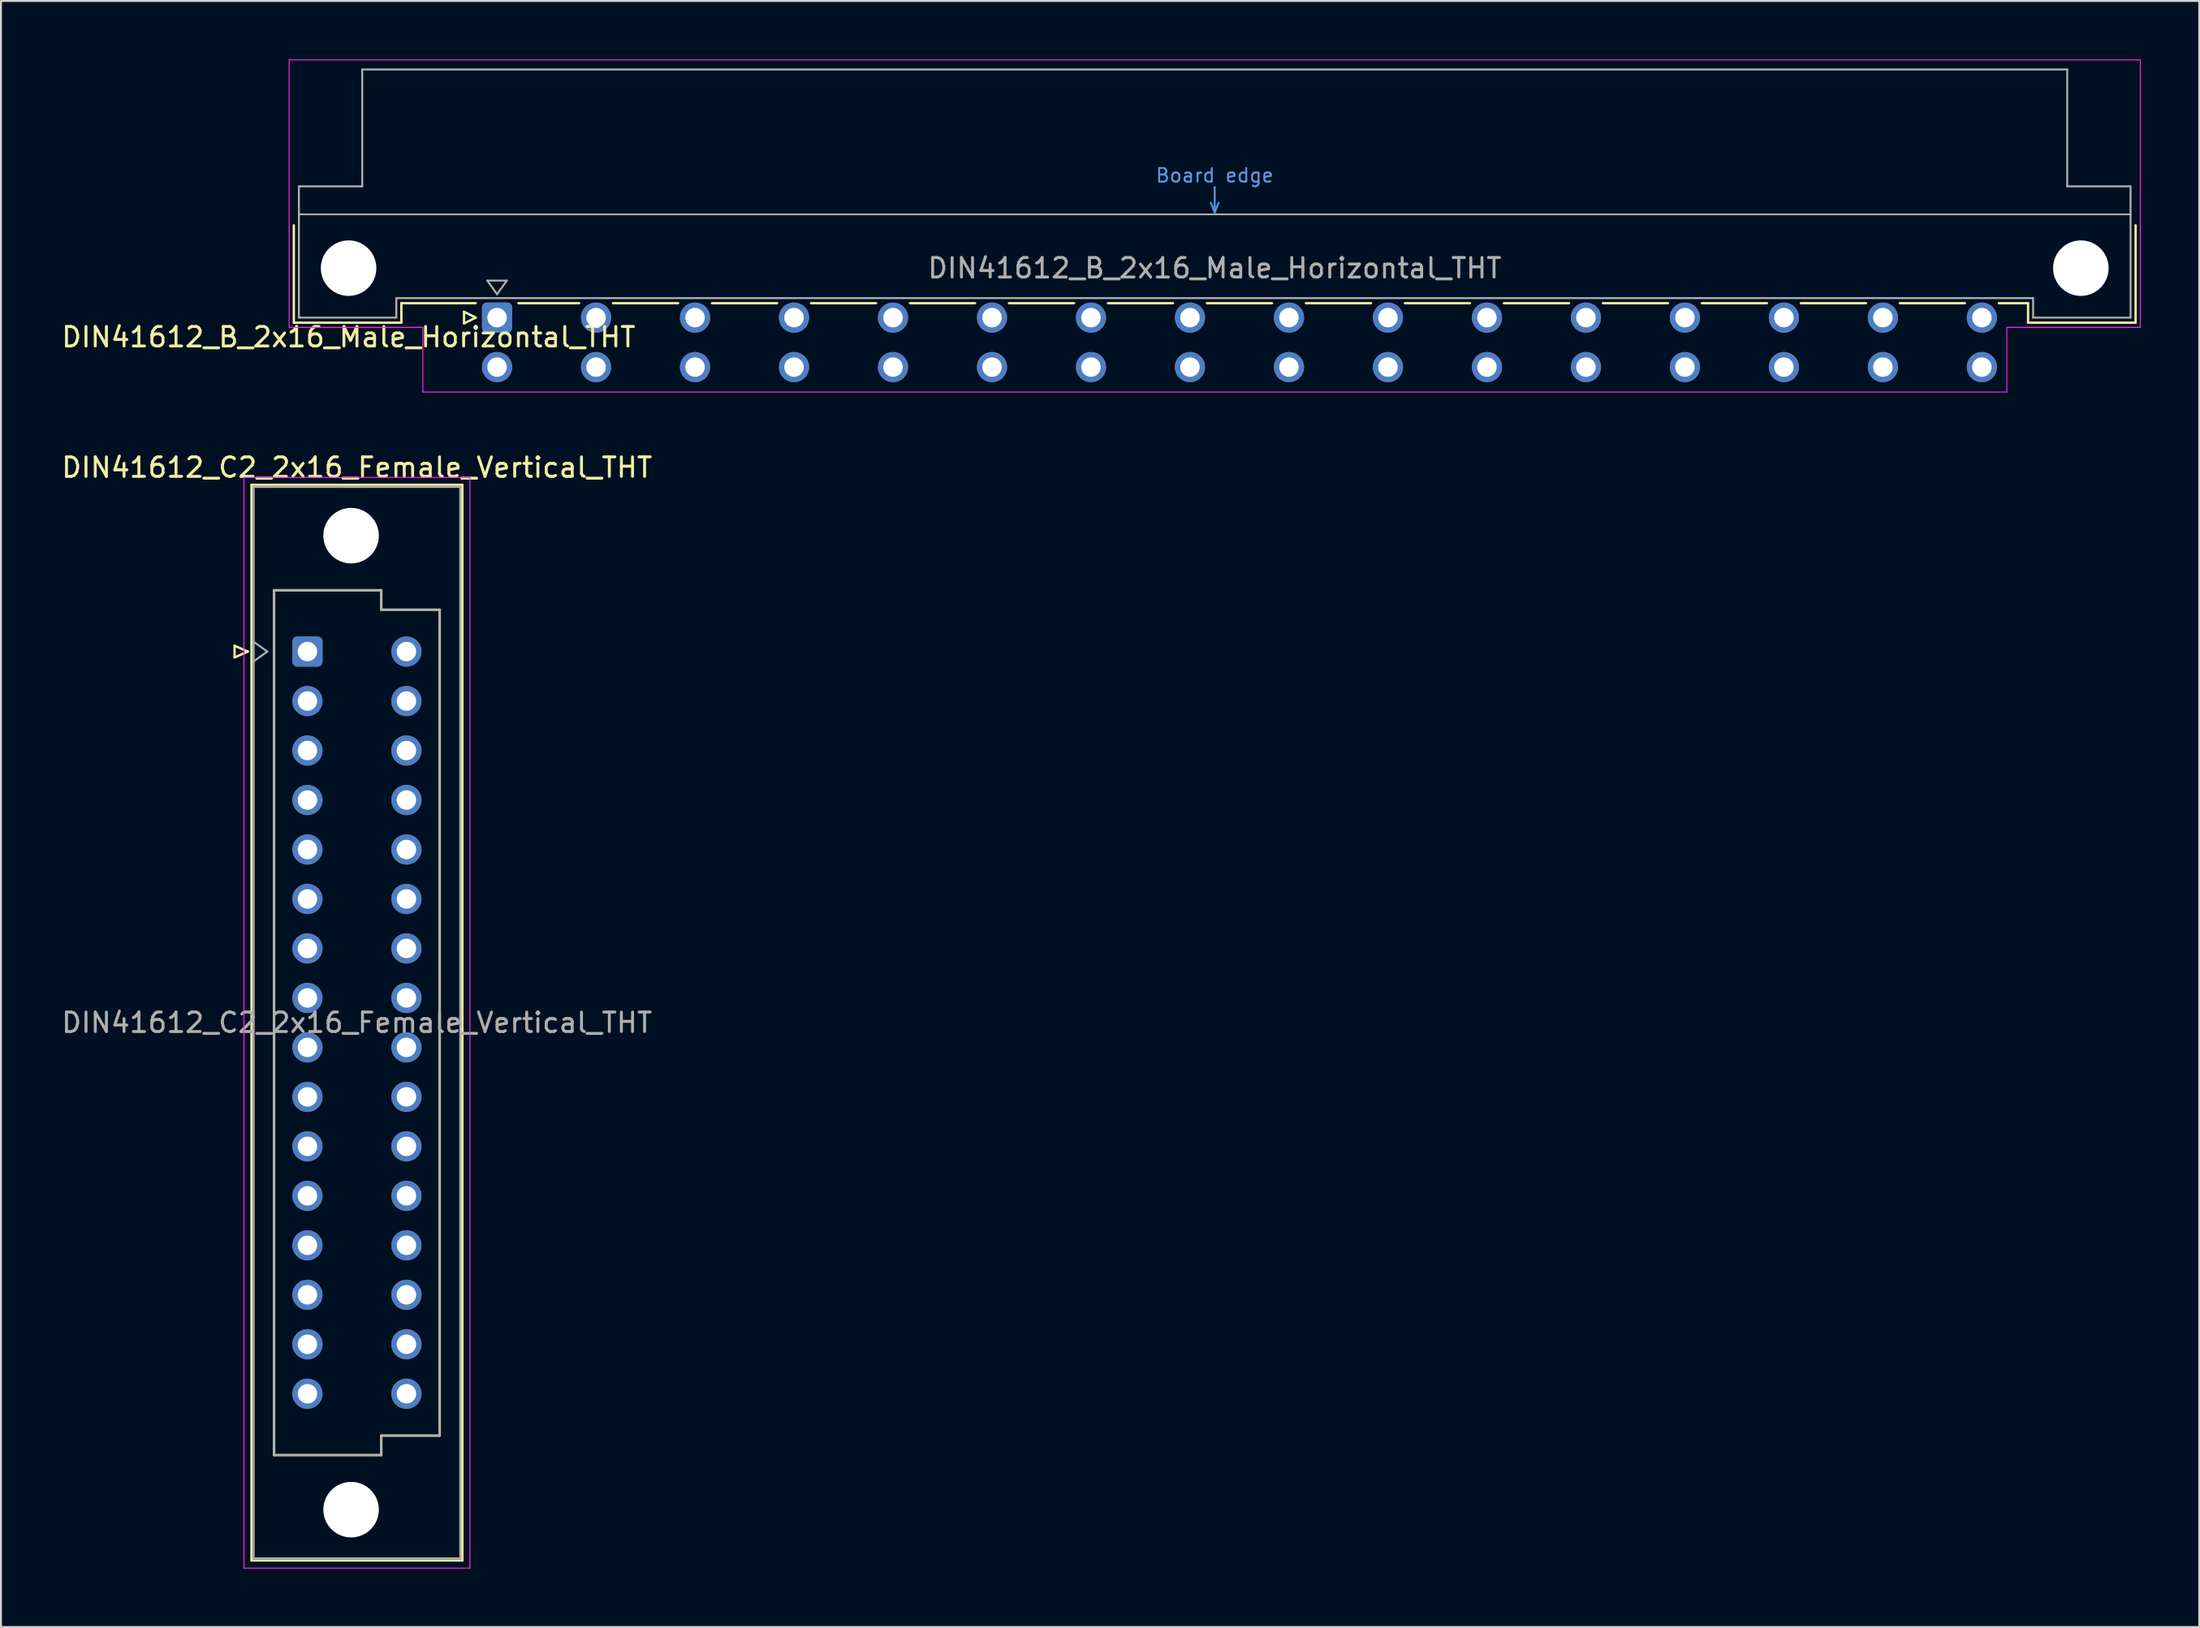
<source format=kicad_pcb>
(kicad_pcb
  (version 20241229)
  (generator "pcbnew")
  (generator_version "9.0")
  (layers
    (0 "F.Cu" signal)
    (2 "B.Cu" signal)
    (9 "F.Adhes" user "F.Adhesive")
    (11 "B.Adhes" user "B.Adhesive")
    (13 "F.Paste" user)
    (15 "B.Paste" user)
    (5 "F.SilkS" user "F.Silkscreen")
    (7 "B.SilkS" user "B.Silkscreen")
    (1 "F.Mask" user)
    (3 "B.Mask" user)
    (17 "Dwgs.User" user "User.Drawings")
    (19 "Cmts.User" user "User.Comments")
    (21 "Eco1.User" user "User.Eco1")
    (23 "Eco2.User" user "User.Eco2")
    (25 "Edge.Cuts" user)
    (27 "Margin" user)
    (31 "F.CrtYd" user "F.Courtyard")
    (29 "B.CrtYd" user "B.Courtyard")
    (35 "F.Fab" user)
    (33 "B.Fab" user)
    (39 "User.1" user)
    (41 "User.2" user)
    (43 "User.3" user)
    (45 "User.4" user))
  (footprint "DIN41612_B_2x16_Male_Horizontal_THT"
    (layer "F.Cu")
    (at 19.919 13.255)
    (property "Reference" "DIN41612_B_2x16_Male_Horizontal_THT" (at -5.08 1 0) (layer "F.SilkS") (effects (font (size 1 1) (thickness 0.15))))
    (attr through_hole)
    (fp_line (start -7.89 -4.74) (end -7.89 0.26) (stroke (width 0.12) (type solid)) (layer "F.SilkS"))
    (fp_line (start -7.89 0.26) (end -2.37 0.26) (stroke (width 0.12) (type solid)) (layer "F.SilkS"))
    (fp_line (start -2.371 -0.74) (end 1.445 -0.74) (stroke (width 0.12) (type solid)) (layer "F.SilkS"))
    (fp_line (start -2.37 0.26) (end -2.37 -0.74) (stroke (width 0.12) (type solid)) (layer "F.SilkS"))
    (fp_line (start 0.845 -0.3) (end 0.845 0.3) (stroke (width 0.12) (type solid)) (layer "F.SilkS"))
    (fp_line (start 0.845 0.3) (end 1.445 0) (stroke (width 0.12) (type solid)) (layer "F.SilkS"))
    (fp_line (start 1.445 0) (end 0.845 -0.3) (stroke (width 0.12) (type solid)) (layer "F.SilkS"))
    (fp_line (start 3.635 -0.74) (end 6.751 -0.74) (stroke (width 0.12) (type solid)) (layer "F.SilkS"))
    (fp_line (start 8.49 -0.74) (end 11.831 -0.74) (stroke (width 0.12) (type solid)) (layer "F.SilkS"))
    (fp_line (start 13.57 -0.74) (end 16.911 -0.74) (stroke (width 0.12) (type solid)) (layer "F.SilkS"))
    (fp_line (start 18.65 -0.74) (end 21.991 -0.74) (stroke (width 0.12) (type solid)) (layer "F.SilkS"))
    (fp_line (start 23.73 -0.74) (end 27.071 -0.74) (stroke (width 0.12) (type solid)) (layer "F.SilkS"))
    (fp_line (start 28.81 -0.74) (end 32.151 -0.74) (stroke (width 0.12) (type solid)) (layer "F.SilkS"))
    (fp_line (start 33.89 -0.74) (end 37.231 -0.74) (stroke (width 0.12) (type solid)) (layer "F.SilkS"))
    (fp_line (start 38.97 -0.74) (end 42.311 -0.74) (stroke (width 0.12) (type solid)) (layer "F.SilkS"))
    (fp_line (start 44.05 -0.74) (end 47.391 -0.74) (stroke (width 0.12) (type solid)) (layer "F.SilkS"))
    (fp_line (start 49.13 -0.74) (end 52.471 -0.74) (stroke (width 0.12) (type solid)) (layer "F.SilkS"))
    (fp_line (start 54.21 -0.74) (end 57.551 -0.74) (stroke (width 0.12) (type solid)) (layer "F.SilkS"))
    (fp_line (start 59.29 -0.74) (end 62.631 -0.74) (stroke (width 0.12) (type solid)) (layer "F.SilkS"))
    (fp_line (start 64.37 -0.74) (end 67.711 -0.74) (stroke (width 0.12) (type solid)) (layer "F.SilkS"))
    (fp_line (start 69.45 -0.74) (end 72.791 -0.74) (stroke (width 0.12) (type solid)) (layer "F.SilkS"))
    (fp_line (start 74.53 -0.74) (end 77.871 -0.74) (stroke (width 0.12) (type solid)) (layer "F.SilkS"))
    (fp_line (start 79.61 -0.74) (end 81.11 -0.74) (stroke (width 0.12) (type solid)) (layer "F.SilkS"))
    (fp_line (start 81.11 0.26) (end 81.11 -0.74) (stroke (width 0.12) (type solid)) (layer "F.SilkS"))
    (fp_line (start 86.63 -4.74) (end 86.63 0.26) (stroke (width 0.12) (type solid)) (layer "F.SilkS"))
    (fp_line (start 86.63 0.26) (end 81.11 0.26) (stroke (width 0.12) (type solid)) (layer "F.SilkS"))
    (fp_line (start -7.63 -5.3) (end 86.37 -5.3) (stroke (width 0.08) (type solid)) (layer "Dwgs.User"))
    (fp_line (start 39.17 -5.9) (end 39.37 -5.4) (stroke (width 0.1) (type solid)) (layer "Cmts.User"))
    (fp_line (start 39.37 -5.4) (end 39.37 -6.7) (stroke (width 0.1) (type solid)) (layer "Cmts.User"))
    (fp_line (start 39.37 -5.4) (end 39.57 -5.9) (stroke (width 0.1) (type solid)) (layer "Cmts.User"))
    (fp_line (start -8.13 -13.23) (end -8.13 0.5) (stroke (width 0.05) (type solid)) (layer "F.CrtYd"))
    (fp_line (start -8.13 0.5) (end -1.27 0.5) (stroke (width 0.05) (type solid)) (layer "F.CrtYd"))
    (fp_line (start -1.27 0.5) (end -1.27 3.82) (stroke (width 0.05) (type solid)) (layer "F.CrtYd"))
    (fp_line (start -1.27 3.82) (end 80.02 3.82) (stroke (width 0.05) (type solid)) (layer "F.CrtYd"))
    (fp_line (start 80.02 0.5) (end 86.87 0.5) (stroke (width 0.05) (type solid)) (layer "F.CrtYd"))
    (fp_line (start 80.02 3.82) (end 80.02 0.5) (stroke (width 0.05) (type solid)) (layer "F.CrtYd"))
    (fp_line (start 86.87 -13.23) (end -8.13 -13.23) (stroke (width 0.05) (type solid)) (layer "F.CrtYd"))
    (fp_line (start 86.87 0.5) (end 86.87 -13.23) (stroke (width 0.05) (type solid)) (layer "F.CrtYd"))
    (fp_line (start -7.63 -6.74) (end -7.63 0) (stroke (width 0.1) (type solid)) (layer "F.Fab"))
    (fp_line (start -7.63 0) (end -2.63 0) (stroke (width 0.1) (type solid)) (layer "F.Fab"))
    (fp_line (start -4.38 -12.74) (end -4.38 -6.74) (stroke (width 0.1) (type solid)) (layer "F.Fab"))
    (fp_line (start -4.38 -6.74) (end -7.63 -6.74) (stroke (width 0.1) (type solid)) (layer "F.Fab"))
    (fp_line (start -2.63 -1) (end 81.37 -1) (stroke (width 0.1) (type solid)) (layer "F.Fab"))
    (fp_line (start -2.63 0) (end -2.63 -1) (stroke (width 0.1) (type solid)) (layer "F.Fab"))
    (fp_line (start 2.04 -1.9) (end 3.04 -1.9) (stroke (width 0.1) (type solid)) (layer "F.Fab"))
    (fp_line (start 2.54 -1.2) (end 2.04 -1.9) (stroke (width 0.1) (type solid)) (layer "F.Fab"))
    (fp_line (start 3.04 -1.9) (end 2.54 -1.2) (stroke (width 0.1) (type solid)) (layer "F.Fab"))
    (fp_line (start 81.37 -1) (end 81.37 0) (stroke (width 0.1) (type solid)) (layer "F.Fab"))
    (fp_line (start 81.37 0) (end 86.37 0) (stroke (width 0.1) (type solid)) (layer "F.Fab"))
    (fp_line (start 83.12 -12.74) (end -4.38 -12.74) (stroke (width 0.1) (type solid)) (layer "F.Fab"))
    (fp_line (start 83.12 -6.74) (end 83.12 -12.74) (stroke (width 0.1) (type solid)) (layer "F.Fab"))
    (fp_line (start 86.37 -6.74) (end 83.12 -6.74) (stroke (width 0.1) (type solid)) (layer "F.Fab"))
    (fp_line (start 86.37 0) (end 86.37 -6.74) (stroke (width 0.1) (type solid)) (layer "F.Fab"))
    (fp_text user "Board edge" (at 39.37 -7.3 0) (layer "Cmts.User") (effects (font (size 0.7 0.7) (thickness 0.1))))
    (fp_text user "${REFERENCE}" (at 39.37 -2.54 0) (layer "F.Fab") (effects (font (size 1 1) (thickness 0.15))))
    (pad "" np_thru_hole circle (at -5.08 -2.54) (size 2.85 2.85) (drill 2.85) (layers "*.Cu" "*.Mask"))
    (pad "" np_thru_hole circle (at 83.82 -2.54) (size 2.85 2.85) (drill 2.85) (layers "*.Cu" "*.Mask"))
    (pad "a2" thru_hole roundrect (at 2.54 0) (size 1.55 1.55) (drill 1) (layers "*.Cu" "*.Mask") (roundrect_rratio 0.161))
    (pad "a4" thru_hole circle (at 7.62 0) (size 1.55 1.55) (drill 1) (layers "*.Cu" "*.Mask"))
    (pad "a6" thru_hole circle (at 12.7 0) (size 1.55 1.55) (drill 1) (layers "*.Cu" "*.Mask"))
    (pad "a8" thru_hole circle (at 17.78 0) (size 1.55 1.55) (drill 1) (layers "*.Cu" "*.Mask"))
    (pad "a10" thru_hole circle (at 22.86 0) (size 1.55 1.55) (drill 1) (layers "*.Cu" "*.Mask"))
    (pad "a12" thru_hole circle (at 27.94 0) (size 1.55 1.55) (drill 1) (layers "*.Cu" "*.Mask"))
    (pad "a14" thru_hole circle (at 33.02 0) (size 1.55 1.55) (drill 1) (layers "*.Cu" "*.Mask"))
    (pad "a16" thru_hole circle (at 38.1 0) (size 1.55 1.55) (drill 1) (layers "*.Cu" "*.Mask"))
    (pad "a18" thru_hole circle (at 43.18 0) (size 1.55 1.55) (drill 1) (layers "*.Cu" "*.Mask"))
    (pad "a20" thru_hole circle (at 48.26 0) (size 1.55 1.55) (drill 1) (layers "*.Cu" "*.Mask"))
    (pad "a22" thru_hole circle (at 53.34 0) (size 1.55 1.55) (drill 1) (layers "*.Cu" "*.Mask"))
    (pad "a24" thru_hole circle (at 58.42 0) (size 1.55 1.55) (drill 1) (layers "*.Cu" "*.Mask"))
    (pad "a26" thru_hole circle (at 63.5 0) (size 1.55 1.55) (drill 1) (layers "*.Cu" "*.Mask"))
    (pad "a28" thru_hole circle (at 68.58 0) (size 1.55 1.55) (drill 1) (layers "*.Cu" "*.Mask"))
    (pad "a30" thru_hole circle (at 73.66 0) (size 1.55 1.55) (drill 1) (layers "*.Cu" "*.Mask"))
    (pad "a32" thru_hole circle (at 78.74 0) (size 1.55 1.55) (drill 1) (layers "*.Cu" "*.Mask"))
    (pad "b2" thru_hole circle (at 2.54 2.54) (size 1.55 1.55) (drill 1) (layers "*.Cu" "*.Mask"))
    (pad "b4" thru_hole circle (at 7.62 2.54) (size 1.55 1.55) (drill 1) (layers "*.Cu" "*.Mask"))
    (pad "b6" thru_hole circle (at 12.7 2.54) (size 1.55 1.55) (drill 1) (layers "*.Cu" "*.Mask"))
    (pad "b8" thru_hole circle (at 17.78 2.54) (size 1.55 1.55) (drill 1) (layers "*.Cu" "*.Mask"))
    (pad "b10" thru_hole circle (at 22.86 2.54) (size 1.55 1.55) (drill 1) (layers "*.Cu" "*.Mask"))
    (pad "b12" thru_hole circle (at 27.94 2.54) (size 1.55 1.55) (drill 1) (layers "*.Cu" "*.Mask"))
    (pad "b14" thru_hole circle (at 33.02 2.54) (size 1.55 1.55) (drill 1) (layers "*.Cu" "*.Mask"))
    (pad "b16" thru_hole circle (at 38.1 2.54) (size 1.55 1.55) (drill 1) (layers "*.Cu" "*.Mask"))
    (pad "b18" thru_hole circle (at 43.18 2.54) (size 1.55 1.55) (drill 1) (layers "*.Cu" "*.Mask"))
    (pad "b20" thru_hole circle (at 48.26 2.54) (size 1.55 1.55) (drill 1) (layers "*.Cu" "*.Mask"))
    (pad "b22" thru_hole circle (at 53.34 2.54) (size 1.55 1.55) (drill 1) (layers "*.Cu" "*.Mask"))
    (pad "b24" thru_hole circle (at 58.42 2.54) (size 1.55 1.55) (drill 1) (layers "*.Cu" "*.Mask"))
    (pad "b26" thru_hole circle (at 63.5 2.54) (size 1.55 1.55) (drill 1) (layers "*.Cu" "*.Mask"))
    (pad "b28" thru_hole circle (at 68.58 2.54) (size 1.55 1.55) (drill 1) (layers "*.Cu" "*.Mask"))
    (pad "b30" thru_hole circle (at 73.66 2.54) (size 1.55 1.55) (drill 1) (layers "*.Cu" "*.Mask"))
    (pad "b32" thru_hole circle (at 78.74 2.54) (size 1.55 1.55) (drill 1) (layers "*.Cu" "*.Mask")))
  (footprint "DIN41612_C2_2x16_Female_Vertical_THT"
    (layer "F.Cu")
    (at 12.728 30.398)
    (property "Reference" "DIN41612_C2_2x16_Female_Vertical_THT" (at 2.54 -9.45 0) (layer "F.SilkS") (effects (font (size 1 1) (thickness 0.15))))
    (attr through_hole)
    (fp_line (start -3.74 -0.3) (end -3.74 0.3) (stroke (width 0.12) (type solid)) (layer "F.SilkS"))
    (fp_line (start -3.74 0.3) (end -3.06 0) (stroke (width 0.12) (type solid)) (layer "F.SilkS"))
    (fp_line (start -3.06 0) (end -3.74 -0.3) (stroke (width 0.12) (type solid)) (layer "F.SilkS"))
    (fp_line (start -2.87 -8.56) (end 7.95 -8.56) (stroke (width 0.12) (type solid)) (layer "F.SilkS"))
    (fp_line (start -2.87 46.66) (end -2.87 -8.56) (stroke (width 0.12) (type solid)) (layer "F.SilkS"))
    (fp_line (start -1.71 -3.15) (end 3.79 -3.15) (stroke (width 0.12) (type solid)) (layer "F.SilkS"))
    (fp_line (start -1.71 41.25) (end -1.71 -3.15) (stroke (width 0.12) (type solid)) (layer "F.SilkS"))
    (fp_line (start 3.79 -3.15) (end 3.79 -2.15) (stroke (width 0.12) (type solid)) (layer "F.SilkS"))
    (fp_line (start 3.79 -2.15) (end 6.79 -2.15) (stroke (width 0.12) (type solid)) (layer "F.SilkS"))
    (fp_line (start 3.79 40.25) (end 3.79 41.25) (stroke (width 0.12) (type solid)) (layer "F.SilkS"))
    (fp_line (start 3.79 41.25) (end -1.71 41.25) (stroke (width 0.12) (type solid)) (layer "F.SilkS"))
    (fp_line (start 6.79 -2.15) (end 6.79 40.25) (stroke (width 0.12) (type solid)) (layer "F.SilkS"))
    (fp_line (start 6.79 40.25) (end 3.79 40.25) (stroke (width 0.12) (type solid)) (layer "F.SilkS"))
    (fp_line (start 7.95 -8.56) (end 7.95 46.66) (stroke (width 0.12) (type solid)) (layer "F.SilkS"))
    (fp_line (start 7.95 46.66) (end -2.87 46.66) (stroke (width 0.12) (type solid)) (layer "F.SilkS"))
    (fp_line (start -3.26 -8.94) (end 8.34 -8.94) (stroke (width 0.05) (type solid)) (layer "F.CrtYd"))
    (fp_line (start -3.26 47.05) (end -3.26 -8.94) (stroke (width 0.05) (type solid)) (layer "F.CrtYd"))
    (fp_line (start 8.34 -8.94) (end 8.34 47.05) (stroke (width 0.05) (type solid)) (layer "F.CrtYd"))
    (fp_line (start 8.34 47.05) (end -3.26 47.05) (stroke (width 0.05) (type solid)) (layer "F.CrtYd"))
    (fp_line (start -2.76 -8.45) (end 7.84 -8.45) (stroke (width 0.1) (type solid)) (layer "F.Fab"))
    (fp_line (start -2.76 -0.5) (end -2.06 0) (stroke (width 0.1) (type solid)) (layer "F.Fab"))
    (fp_line (start -2.76 46.55) (end -2.76 -8.45) (stroke (width 0.1) (type solid)) (layer "F.Fab"))
    (fp_line (start -2.06 0) (end -2.76 0.5) (stroke (width 0.1) (type solid)) (layer "F.Fab"))
    (fp_line (start -1.71 -3.15) (end 3.79 -3.15) (stroke (width 0.1) (type solid)) (layer "F.Fab"))
    (fp_line (start -1.71 41.25) (end -1.71 -3.15) (stroke (width 0.1) (type solid)) (layer "F.Fab"))
    (fp_line (start 3.79 -3.15) (end 3.79 -2.15) (stroke (width 0.1) (type solid)) (layer "F.Fab"))
    (fp_line (start 3.79 -2.15) (end 6.79 -2.15) (stroke (width 0.1) (type solid)) (layer "F.Fab"))
    (fp_line (start 3.79 40.25) (end 3.79 41.25) (stroke (width 0.1) (type solid)) (layer "F.Fab"))
    (fp_line (start 3.79 41.25) (end -1.71 41.25) (stroke (width 0.1) (type solid)) (layer "F.Fab"))
    (fp_line (start 6.79 -2.15) (end 6.79 40.25) (stroke (width 0.1) (type solid)) (layer "F.Fab"))
    (fp_line (start 6.79 40.25) (end 3.79 40.25) (stroke (width 0.1) (type solid)) (layer "F.Fab"))
    (fp_line (start 7.84 -8.45) (end 7.84 46.55) (stroke (width 0.1) (type solid)) (layer "F.Fab"))
    (fp_line (start 7.84 46.55) (end -2.76 46.55) (stroke (width 0.1) (type solid)) (layer "F.Fab"))
    (fp_text user "${REFERENCE}" (at 2.54 19.05 0) (layer "F.Fab") (effects (font (size 1 1) (thickness 0.15))))
    (pad "" np_thru_hole circle (at 2.24 -5.95) (size 2.85 2.85) (drill 2.85) (layers "*.Cu" "*.Mask"))
    (pad "" np_thru_hole circle (at 2.24 44.05) (size 2.85 2.85) (drill 2.85) (layers "*.Cu" "*.Mask"))
    (pad "a1" thru_hole roundrect (at 0 0) (size 1.55 1.55) (drill 1) (layers "*.Cu" "*.Mask") (roundrect_rratio 0.161))
    (pad "a2" thru_hole circle (at 0 2.54) (size 1.55 1.55) (drill 1) (layers "*.Cu" "*.Mask"))
    (pad "a3" thru_hole circle (at 0 5.08) (size 1.55 1.55) (drill 1) (layers "*.Cu" "*.Mask"))
    (pad "a4" thru_hole circle (at 0 7.62) (size 1.55 1.55) (drill 1) (layers "*.Cu" "*.Mask"))
    (pad "a5" thru_hole circle (at 0 10.16) (size 1.55 1.55) (drill 1) (layers "*.Cu" "*.Mask"))
    (pad "a6" thru_hole circle (at 0 12.7) (size 1.55 1.55) (drill 1) (layers "*.Cu" "*.Mask"))
    (pad "a7" thru_hole circle (at 0 15.24) (size 1.55 1.55) (drill 1) (layers "*.Cu" "*.Mask"))
    (pad "a8" thru_hole circle (at 0 17.78) (size 1.55 1.55) (drill 1) (layers "*.Cu" "*.Mask"))
    (pad "a9" thru_hole circle (at 0 20.32) (size 1.55 1.55) (drill 1) (layers "*.Cu" "*.Mask"))
    (pad "a10" thru_hole circle (at 0 22.86) (size 1.55 1.55) (drill 1) (layers "*.Cu" "*.Mask"))
    (pad "a11" thru_hole circle (at 0 25.4) (size 1.55 1.55) (drill 1) (layers "*.Cu" "*.Mask"))
    (pad "a12" thru_hole circle (at 0 27.94) (size 1.55 1.55) (drill 1) (layers "*.Cu" "*.Mask"))
    (pad "a13" thru_hole circle (at 0 30.48) (size 1.55 1.55) (drill 1) (layers "*.Cu" "*.Mask"))
    (pad "a14" thru_hole circle (at 0 33.02) (size 1.55 1.55) (drill 1) (layers "*.Cu" "*.Mask"))
    (pad "a15" thru_hole circle (at 0 35.56) (size 1.55 1.55) (drill 1) (layers "*.Cu" "*.Mask"))
    (pad "a16" thru_hole circle (at 0 38.1) (size 1.55 1.55) (drill 1) (layers "*.Cu" "*.Mask"))
    (pad "c1" thru_hole circle (at 5.08 0) (size 1.55 1.55) (drill 1) (layers "*.Cu" "*.Mask"))
    (pad "c2" thru_hole circle (at 5.08 2.54) (size 1.55 1.55) (drill 1) (layers "*.Cu" "*.Mask"))
    (pad "c3" thru_hole circle (at 5.08 5.08) (size 1.55 1.55) (drill 1) (layers "*.Cu" "*.Mask"))
    (pad "c4" thru_hole circle (at 5.08 7.62) (size 1.55 1.55) (drill 1) (layers "*.Cu" "*.Mask"))
    (pad "c5" thru_hole circle (at 5.08 10.16) (size 1.55 1.55) (drill 1) (layers "*.Cu" "*.Mask"))
    (pad "c6" thru_hole circle (at 5.08 12.7) (size 1.55 1.55) (drill 1) (layers "*.Cu" "*.Mask"))
    (pad "c7" thru_hole circle (at 5.08 15.24) (size 1.55 1.55) (drill 1) (layers "*.Cu" "*.Mask"))
    (pad "c8" thru_hole circle (at 5.08 17.78) (size 1.55 1.55) (drill 1) (layers "*.Cu" "*.Mask"))
    (pad "c9" thru_hole circle (at 5.08 20.32) (size 1.55 1.55) (drill 1) (layers "*.Cu" "*.Mask"))
    (pad "c10" thru_hole circle (at 5.08 22.86) (size 1.55 1.55) (drill 1) (layers "*.Cu" "*.Mask"))
    (pad "c11" thru_hole circle (at 5.08 25.4) (size 1.55 1.55) (drill 1) (layers "*.Cu" "*.Mask"))
    (pad "c12" thru_hole circle (at 5.08 27.94) (size 1.55 1.55) (drill 1) (layers "*.Cu" "*.Mask"))
    (pad "c13" thru_hole circle (at 5.08 30.48) (size 1.55 1.55) (drill 1) (layers "*.Cu" "*.Mask"))
    (pad "c14" thru_hole circle (at 5.08 33.02) (size 1.55 1.55) (drill 1) (layers "*.Cu" "*.Mask"))
    (pad "c15" thru_hole circle (at 5.08 35.56) (size 1.55 1.55) (drill 1) (layers "*.Cu" "*.Mask"))
    (pad "c16" thru_hole circle (at 5.08 38.1) (size 1.55 1.55) (drill 1) (layers "*.Cu" "*.Mask")))
  (gr_rect
    (start -3 -3)
    (end 109.814 80.473)
    (stroke (width 0.1) (type default))
    (fill no)
    (layer "Edge.Cuts")))
</source>
